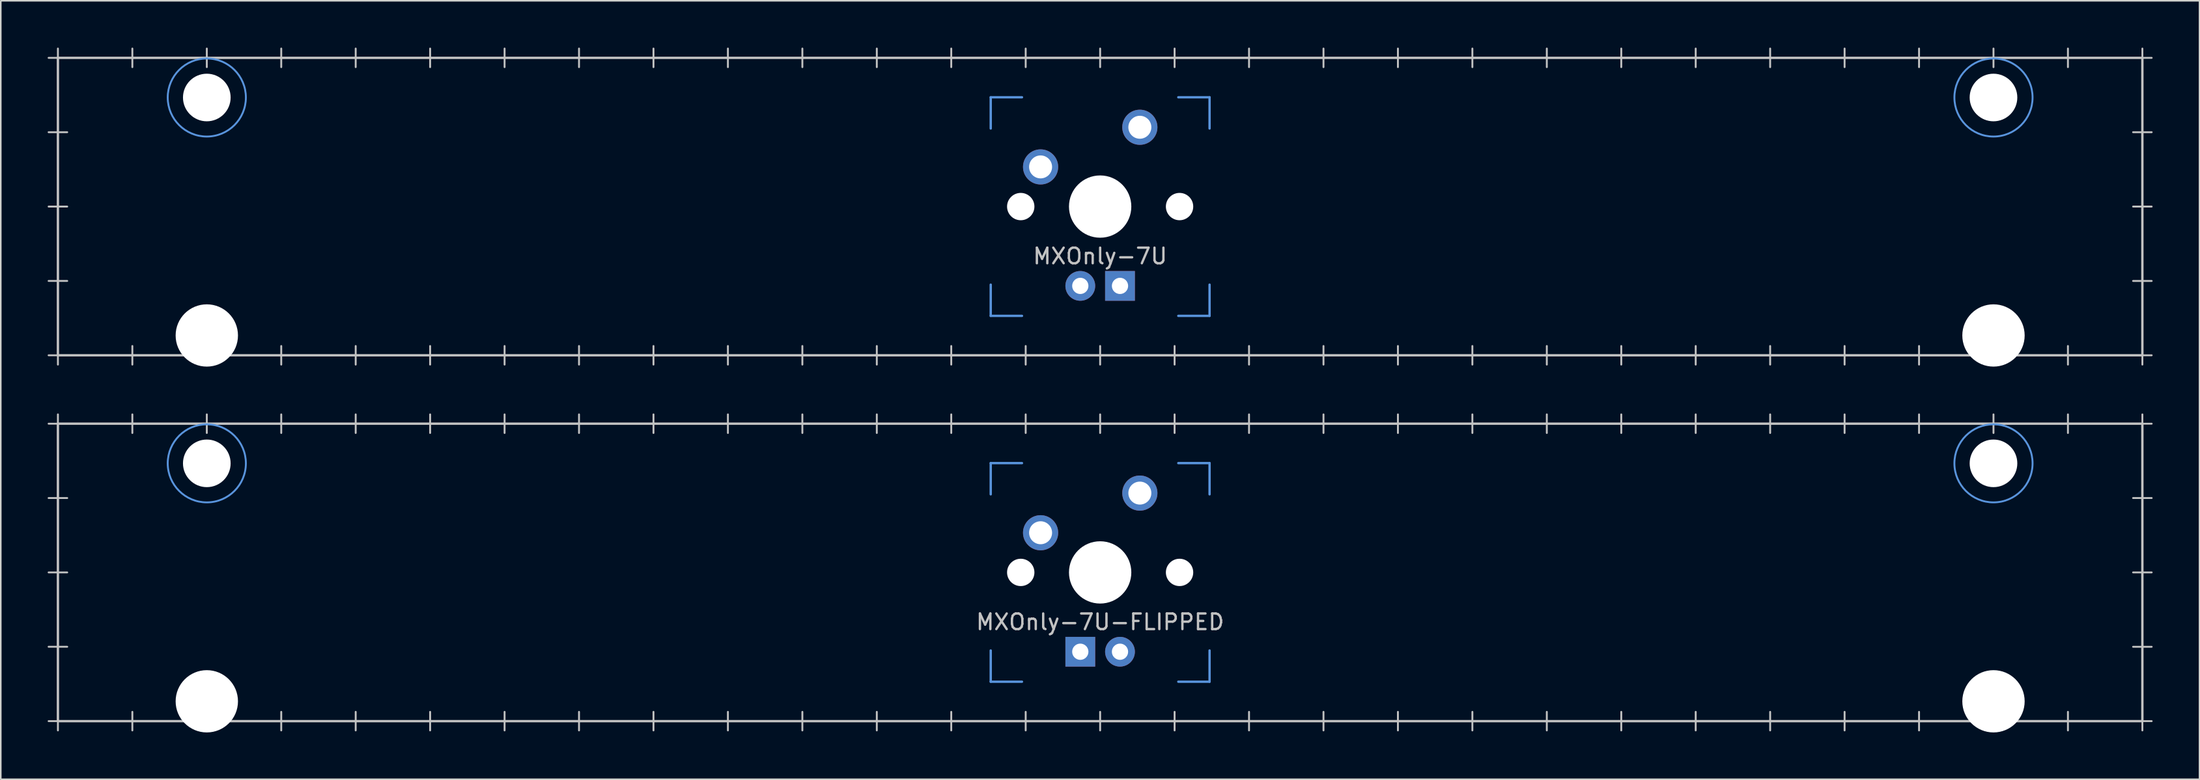
<source format=kicad_pcb>
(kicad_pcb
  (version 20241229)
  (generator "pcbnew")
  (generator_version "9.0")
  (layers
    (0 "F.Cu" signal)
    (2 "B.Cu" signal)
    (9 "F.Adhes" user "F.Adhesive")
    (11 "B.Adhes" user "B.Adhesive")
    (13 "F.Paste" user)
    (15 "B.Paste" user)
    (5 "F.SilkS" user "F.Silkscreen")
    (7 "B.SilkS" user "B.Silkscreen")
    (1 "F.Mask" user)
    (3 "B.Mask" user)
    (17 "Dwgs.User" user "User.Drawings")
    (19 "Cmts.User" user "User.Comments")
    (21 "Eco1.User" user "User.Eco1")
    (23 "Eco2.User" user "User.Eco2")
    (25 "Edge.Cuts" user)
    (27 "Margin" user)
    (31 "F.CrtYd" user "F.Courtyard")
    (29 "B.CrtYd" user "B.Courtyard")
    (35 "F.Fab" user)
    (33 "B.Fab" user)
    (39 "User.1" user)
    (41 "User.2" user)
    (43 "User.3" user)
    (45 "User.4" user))
  (footprint "MXOnly-7U-FLIPPED"
    (layer "F.Cu")
    (at 67.33 33.61)
    (property "Reference" "MXOnly-7U-FLIPPED" (at 0 3.175 0) (layer "Dwgs.User") (effects (font (size 1 1) (thickness 0.15))))
    (attr through_hole)
    (fp_line (start -67.27 -9.525) (end -66.675 -9.525) (stroke (width 0.12) (type solid)) (layer "Dwgs.User"))
    (fp_line (start -67.27 -0.000008) (end -66.08 -0.000008) (stroke (width 0.12) (type solid)) (layer "Dwgs.User"))
    (fp_line (start -67.27 4.762) (end -66.08 4.762) (stroke (width 0.12) (type solid)) (layer "Dwgs.User"))
    (fp_line (start -67.27 9.525) (end -66.675 9.525) (stroke (width 0.12) (type solid)) (layer "Dwgs.User"))
    (fp_line (start -66.675 10.12) (end -66.675 9.525) (stroke (width 0.12) (type solid)) (layer "Dwgs.User"))
    (fp_line (start -66.675 -10.12) (end -66.675 -9.525) (stroke (width 0.12) (type solid)) (layer "Dwgs.User"))
    (fp_line (start -66.675 -9.525) (end 66.675 -9.525) (stroke (width 0.15) (type solid)) (layer "Dwgs.User"))
    (fp_line (start -66.675 9.525) (end -66.675 -9.525) (stroke (width 0.15) (type solid)) (layer "Dwgs.User"))
    (fp_line (start -66.675 9.525) (end 66.675 9.525) (stroke (width 0.15) (type solid)) (layer "Dwgs.User"))
    (fp_line (start -66.08 -4.763) (end -67.27 -4.763) (stroke (width 0.12) (type solid)) (layer "Dwgs.User"))
    (fp_line (start -61.913 8.93) (end -61.913 10.12) (stroke (width 0.12) (type solid)) (layer "Dwgs.User"))
    (fp_line (start -61.913 -10.12) (end -61.913 -8.93) (stroke (width 0.12) (type solid)) (layer "Dwgs.User"))
    (fp_line (start -57.15 8.93) (end -57.15 10.12) (stroke (width 0.12) (type solid)) (layer "Dwgs.User"))
    (fp_line (start -57.15 -10.12) (end -57.15 -8.93) (stroke (width 0.12) (type solid)) (layer "Dwgs.User"))
    (fp_line (start -52.388 10.12) (end -52.388 8.93) (stroke (width 0.12) (type solid)) (layer "Dwgs.User"))
    (fp_line (start -52.388 -8.93) (end -52.388 -10.12) (stroke (width 0.12) (type solid)) (layer "Dwgs.User"))
    (fp_line (start -47.625 8.93) (end -47.625 10.12) (stroke (width 0.12) (type solid)) (layer "Dwgs.User"))
    (fp_line (start -47.625 -10.12) (end -47.625 -8.93) (stroke (width 0.12) (type solid)) (layer "Dwgs.User"))
    (fp_line (start -42.863 10.12) (end -42.863 8.93) (stroke (width 0.12) (type solid)) (layer "Dwgs.User"))
    (fp_line (start -42.863 -8.93) (end -42.863 -10.12) (stroke (width 0.12) (type solid)) (layer "Dwgs.User"))
    (fp_line (start -38.1 8.93) (end -38.1 10.12) (stroke (width 0.12) (type solid)) (layer "Dwgs.User"))
    (fp_line (start -38.1 -10.12) (end -38.1 -8.93) (stroke (width 0.12) (type solid)) (layer "Dwgs.User"))
    (fp_line (start -33.338 10.12) (end -33.338 8.93) (stroke (width 0.12) (type solid)) (layer "Dwgs.User"))
    (fp_line (start -33.338 -8.93) (end -33.338 -10.12) (stroke (width 0.12) (type solid)) (layer "Dwgs.User"))
    (fp_line (start -28.575 8.93) (end -28.575 10.12) (stroke (width 0.12) (type solid)) (layer "Dwgs.User"))
    (fp_line (start -28.575 -10.12) (end -28.575 -8.93) (stroke (width 0.12) (type solid)) (layer "Dwgs.User"))
    (fp_line (start -23.813 10.12) (end -23.813 8.93) (stroke (width 0.12) (type solid)) (layer "Dwgs.User"))
    (fp_line (start -23.813 -8.93) (end -23.813 -10.12) (stroke (width 0.12) (type solid)) (layer "Dwgs.User"))
    (fp_line (start -19.05 8.93) (end -19.05 10.12) (stroke (width 0.12) (type solid)) (layer "Dwgs.User"))
    (fp_line (start -19.05 -10.12) (end -19.05 -8.93) (stroke (width 0.12) (type solid)) (layer "Dwgs.User"))
    (fp_line (start -14.288 10.12) (end -14.288 8.93) (stroke (width 0.12) (type solid)) (layer "Dwgs.User"))
    (fp_line (start -14.288 -8.93) (end -14.288 -10.12) (stroke (width 0.12) (type solid)) (layer "Dwgs.User"))
    (fp_line (start -9.525 -8.93) (end -9.525 -10.12) (stroke (width 0.12) (type solid)) (layer "Dwgs.User"))
    (fp_line (start -9.525 10.12) (end -9.525 8.93) (stroke (width 0.12) (type solid)) (layer "Dwgs.User"))
    (fp_line (start -4.763 -10.12) (end -4.763 -8.93) (stroke (width 0.12) (type solid)) (layer "Dwgs.User"))
    (fp_line (start -4.763 8.93) (end -4.763 10.12) (stroke (width 0.12) (type solid)) (layer "Dwgs.User"))
    (fp_line (start 0 -8.93) (end 0 -10.12) (stroke (width 0.12) (type solid)) (layer "Dwgs.User"))
    (fp_line (start 0 10.12) (end 0 8.93) (stroke (width 0.12) (type solid)) (layer "Dwgs.User"))
    (fp_line (start 4.763 -10.12) (end 4.763 -8.93) (stroke (width 0.12) (type solid)) (layer "Dwgs.User"))
    (fp_line (start 4.763 8.93) (end 4.763 10.12) (stroke (width 0.12) (type solid)) (layer "Dwgs.User"))
    (fp_line (start 9.525 -8.93) (end 9.525 -10.12) (stroke (width 0.12) (type solid)) (layer "Dwgs.User"))
    (fp_line (start 9.525 10.12) (end 9.525 8.93) (stroke (width 0.12) (type solid)) (layer "Dwgs.User"))
    (fp_line (start 14.288 -10.12) (end 14.288 -8.93) (stroke (width 0.12) (type solid)) (layer "Dwgs.User"))
    (fp_line (start 14.288 8.93) (end 14.288 10.12) (stroke (width 0.12) (type solid)) (layer "Dwgs.User"))
    (fp_line (start 19.05 -8.93) (end 19.05 -10.12) (stroke (width 0.12) (type solid)) (layer "Dwgs.User"))
    (fp_line (start 19.05 10.12) (end 19.05 8.93) (stroke (width 0.12) (type solid)) (layer "Dwgs.User"))
    (fp_line (start 23.813 -10.12) (end 23.813 -8.93) (stroke (width 0.12) (type solid)) (layer "Dwgs.User"))
    (fp_line (start 23.813 8.93) (end 23.813 10.12) (stroke (width 0.12) (type solid)) (layer "Dwgs.User"))
    (fp_line (start 28.575 -8.93) (end 28.575 -10.12) (stroke (width 0.12) (type solid)) (layer "Dwgs.User"))
    (fp_line (start 28.575 10.12) (end 28.575 8.93) (stroke (width 0.12) (type solid)) (layer "Dwgs.User"))
    (fp_line (start 33.338 -10.12) (end 33.338 -8.93) (stroke (width 0.12) (type solid)) (layer "Dwgs.User"))
    (fp_line (start 33.338 8.93) (end 33.338 10.12) (stroke (width 0.12) (type solid)) (layer "Dwgs.User"))
    (fp_line (start 38.1 -8.93) (end 38.1 -10.12) (stroke (width 0.12) (type solid)) (layer "Dwgs.User"))
    (fp_line (start 38.1 10.12) (end 38.1 8.93) (stroke (width 0.12) (type solid)) (layer "Dwgs.User"))
    (fp_line (start 42.863 -10.12) (end 42.863 -8.93) (stroke (width 0.12) (type solid)) (layer "Dwgs.User"))
    (fp_line (start 42.863 8.93) (end 42.863 10.12) (stroke (width 0.12) (type solid)) (layer "Dwgs.User"))
    (fp_line (start 47.625 -8.93) (end 47.625 -10.12) (stroke (width 0.12) (type solid)) (layer "Dwgs.User"))
    (fp_line (start 47.625 10.12) (end 47.625 8.93) (stroke (width 0.12) (type solid)) (layer "Dwgs.User"))
    (fp_line (start 52.388 -10.12) (end 52.388 -8.93) (stroke (width 0.12) (type solid)) (layer "Dwgs.User"))
    (fp_line (start 52.388 8.93) (end 52.388 10.12) (stroke (width 0.12) (type solid)) (layer "Dwgs.User"))
    (fp_line (start 57.15 -8.93) (end 57.15 -10.12) (stroke (width 0.12) (type solid)) (layer "Dwgs.User"))
    (fp_line (start 57.15 10.12) (end 57.15 8.93) (stroke (width 0.12) (type solid)) (layer "Dwgs.User"))
    (fp_line (start 61.913 -10.12) (end 61.913 -8.93) (stroke (width 0.12) (type solid)) (layer "Dwgs.User"))
    (fp_line (start 61.913 8.93) (end 61.913 10.12) (stroke (width 0.12) (type solid)) (layer "Dwgs.User"))
    (fp_line (start 66.08 4.763) (end 67.27 4.763) (stroke (width 0.12) (type solid)) (layer "Dwgs.User"))
    (fp_line (start 66.675 -9.525) (end 66.675 9.525) (stroke (width 0.15) (type solid)) (layer "Dwgs.User"))
    (fp_line (start 66.675 10.12) (end 66.675 9.525) (stroke (width 0.12) (type solid)) (layer "Dwgs.User"))
    (fp_line (start 66.675 -10.12) (end 66.675 -9.525) (stroke (width 0.12) (type solid)) (layer "Dwgs.User"))
    (fp_line (start 67.27 -9.525) (end 66.675 -9.525) (stroke (width 0.12) (type solid)) (layer "Dwgs.User"))
    (fp_line (start 67.27 -4.763) (end 66.08 -4.763) (stroke (width 0.12) (type solid)) (layer "Dwgs.User"))
    (fp_line (start 67.27 0) (end 66.08 0) (stroke (width 0.12) (type solid)) (layer "Dwgs.User"))
    (fp_line (start 67.27 9.525) (end 66.675 9.525) (stroke (width 0.12) (type solid)) (layer "Dwgs.User"))
    (fp_line (start -7 -7) (end -7 -5) (stroke (width 0.15) (type solid)) (layer "Cmts.User"))
    (fp_line (start -7 7) (end -7 5) (stroke (width 0.15) (type solid)) (layer "Cmts.User"))
    (fp_line (start -5 -7) (end -7 -7) (stroke (width 0.15) (type solid)) (layer "Cmts.User"))
    (fp_line (start -5 7) (end -7 7) (stroke (width 0.15) (type solid)) (layer "Cmts.User"))
    (fp_line (start 5 -7) (end 7 -7) (stroke (width 0.15) (type solid)) (layer "Cmts.User"))
    (fp_line (start 7 -7) (end 7 -5) (stroke (width 0.15) (type solid)) (layer "Cmts.User"))
    (fp_line (start 7 5) (end 7 7) (stroke (width 0.15) (type solid)) (layer "Cmts.User"))
    (fp_line (start 7 7) (end 5 7) (stroke (width 0.15) (type solid)) (layer "Cmts.User"))
    (fp_circle (center -57.15 -6.985) (end -54.65 -6.985) (stroke (width 0.12) (type solid)) (fill no) (layer "Cmts.User"))
    (fp_circle (center 57.15 -6.985) (end 59.65 -6.985) (stroke (width 0.12) (type solid)) (fill no) (layer "Cmts.User"))
    (pad "" np_thru_hole circle (at -57.15 -6.985) (size 3.048 3.048) (drill 3.048) (layers "*.Cu" "*.Mask"))
    (pad "" np_thru_hole circle (at -57.15 8.255) (size 3.988 3.988) (drill 3.988) (layers "*.Cu" "*.Mask"))
    (pad "" np_thru_hole circle (at -5.08 0 48.1) (size 1.75 1.75) (drill 1.75) (layers "*.Cu" "*.Mask"))
    (pad "" np_thru_hole circle (at 0 0) (size 3.988 3.988) (drill 3.988) (layers "*.Cu" "*.Mask"))
    (pad "" np_thru_hole circle (at 5.08 0 48.1) (size 1.75 1.75) (drill 1.75) (layers "*.Cu" "*.Mask"))
    (pad "" np_thru_hole circle (at 57.15 -6.985) (size 3.048 3.048) (drill 3.048) (layers "*.Cu" "*.Mask"))
    (pad "" np_thru_hole circle (at 57.15 8.255) (size 3.988 3.988) (drill 3.988) (layers "*.Cu" "*.Mask"))
    (pad "1" thru_hole circle (at -3.81 -2.54) (size 2.25 2.25) (drill 1.47) (layers "*.Cu" "B.Mask"))
    (pad "2" thru_hole circle (at 2.54 -5.08) (size 2.25 2.25) (drill 1.47) (layers "*.Cu" "B.Mask"))
    (pad "3" thru_hole circle (at 1.27 5.08) (size 1.905 1.905) (drill 1.04) (layers "*.Cu" "B.Mask"))
    (pad "4" thru_hole rect (at -1.27 5.08) (size 1.905 1.905) (drill 1.04) (layers "*.Cu" "B.Mask")))
  (footprint "MXOnly-7U"
    (layer "F.Cu")
    (at 67.33 10.18)
    (property "Reference" "MXOnly-7U" (at 0 3.175 0) (layer "Dwgs.User") (effects (font (size 1 1) (thickness 0.15))))
    (attr through_hole)
    (fp_line (start -67.27 -9.525) (end -66.675 -9.525) (stroke (width 0.12) (type solid)) (layer "Dwgs.User"))
    (fp_line (start -67.27 -0.000008) (end -66.08 -0.000008) (stroke (width 0.12) (type solid)) (layer "Dwgs.User"))
    (fp_line (start -67.27 4.762) (end -66.08 4.762) (stroke (width 0.12) (type solid)) (layer "Dwgs.User"))
    (fp_line (start -67.27 9.525) (end -66.675 9.525) (stroke (width 0.12) (type solid)) (layer "Dwgs.User"))
    (fp_line (start -66.675 10.12) (end -66.675 9.525) (stroke (width 0.12) (type solid)) (layer "Dwgs.User"))
    (fp_line (start -66.675 -10.12) (end -66.675 -9.525) (stroke (width 0.12) (type solid)) (layer "Dwgs.User"))
    (fp_line (start -66.675 -9.525) (end 66.675 -9.525) (stroke (width 0.15) (type solid)) (layer "Dwgs.User"))
    (fp_line (start -66.675 9.525) (end -66.675 -9.525) (stroke (width 0.15) (type solid)) (layer "Dwgs.User"))
    (fp_line (start -66.675 9.525) (end 66.675 9.525) (stroke (width 0.15) (type solid)) (layer "Dwgs.User"))
    (fp_line (start -66.08 -4.763) (end -67.27 -4.763) (stroke (width 0.12) (type solid)) (layer "Dwgs.User"))
    (fp_line (start -61.913 8.93) (end -61.913 10.12) (stroke (width 0.12) (type solid)) (layer "Dwgs.User"))
    (fp_line (start -61.913 -10.12) (end -61.913 -8.93) (stroke (width 0.12) (type solid)) (layer "Dwgs.User"))
    (fp_line (start -57.15 8.93) (end -57.15 10.12) (stroke (width 0.12) (type solid)) (layer "Dwgs.User"))
    (fp_line (start -57.15 -10.12) (end -57.15 -8.93) (stroke (width 0.12) (type solid)) (layer "Dwgs.User"))
    (fp_line (start -52.388 10.12) (end -52.388 8.93) (stroke (width 0.12) (type solid)) (layer "Dwgs.User"))
    (fp_line (start -52.388 -8.93) (end -52.388 -10.12) (stroke (width 0.12) (type solid)) (layer "Dwgs.User"))
    (fp_line (start -47.625 8.93) (end -47.625 10.12) (stroke (width 0.12) (type solid)) (layer "Dwgs.User"))
    (fp_line (start -47.625 -10.12) (end -47.625 -8.93) (stroke (width 0.12) (type solid)) (layer "Dwgs.User"))
    (fp_line (start -42.863 10.12) (end -42.863 8.93) (stroke (width 0.12) (type solid)) (layer "Dwgs.User"))
    (fp_line (start -42.863 -8.93) (end -42.863 -10.12) (stroke (width 0.12) (type solid)) (layer "Dwgs.User"))
    (fp_line (start -38.1 8.93) (end -38.1 10.12) (stroke (width 0.12) (type solid)) (layer "Dwgs.User"))
    (fp_line (start -38.1 -10.12) (end -38.1 -8.93) (stroke (width 0.12) (type solid)) (layer "Dwgs.User"))
    (fp_line (start -33.338 10.12) (end -33.338 8.93) (stroke (width 0.12) (type solid)) (layer "Dwgs.User"))
    (fp_line (start -33.338 -8.93) (end -33.338 -10.12) (stroke (width 0.12) (type solid)) (layer "Dwgs.User"))
    (fp_line (start -28.575 8.93) (end -28.575 10.12) (stroke (width 0.12) (type solid)) (layer "Dwgs.User"))
    (fp_line (start -28.575 -10.12) (end -28.575 -8.93) (stroke (width 0.12) (type solid)) (layer "Dwgs.User"))
    (fp_line (start -23.813 10.12) (end -23.813 8.93) (stroke (width 0.12) (type solid)) (layer "Dwgs.User"))
    (fp_line (start -23.813 -8.93) (end -23.813 -10.12) (stroke (width 0.12) (type solid)) (layer "Dwgs.User"))
    (fp_line (start -19.05 8.93) (end -19.05 10.12) (stroke (width 0.12) (type solid)) (layer "Dwgs.User"))
    (fp_line (start -19.05 -10.12) (end -19.05 -8.93) (stroke (width 0.12) (type solid)) (layer "Dwgs.User"))
    (fp_line (start -14.288 10.12) (end -14.288 8.93) (stroke (width 0.12) (type solid)) (layer "Dwgs.User"))
    (fp_line (start -14.288 -8.93) (end -14.288 -10.12) (stroke (width 0.12) (type solid)) (layer "Dwgs.User"))
    (fp_line (start -9.525 -8.93) (end -9.525 -10.12) (stroke (width 0.12) (type solid)) (layer "Dwgs.User"))
    (fp_line (start -9.525 10.12) (end -9.525 8.93) (stroke (width 0.12) (type solid)) (layer "Dwgs.User"))
    (fp_line (start -4.763 -10.12) (end -4.763 -8.93) (stroke (width 0.12) (type solid)) (layer "Dwgs.User"))
    (fp_line (start -4.763 8.93) (end -4.763 10.12) (stroke (width 0.12) (type solid)) (layer "Dwgs.User"))
    (fp_line (start 0 -8.93) (end 0 -10.12) (stroke (width 0.12) (type solid)) (layer "Dwgs.User"))
    (fp_line (start 0 10.12) (end 0 8.93) (stroke (width 0.12) (type solid)) (layer "Dwgs.User"))
    (fp_line (start 4.763 -10.12) (end 4.763 -8.93) (stroke (width 0.12) (type solid)) (layer "Dwgs.User"))
    (fp_line (start 4.763 8.93) (end 4.763 10.12) (stroke (width 0.12) (type solid)) (layer "Dwgs.User"))
    (fp_line (start 9.525 -8.93) (end 9.525 -10.12) (stroke (width 0.12) (type solid)) (layer "Dwgs.User"))
    (fp_line (start 9.525 10.12) (end 9.525 8.93) (stroke (width 0.12) (type solid)) (layer "Dwgs.User"))
    (fp_line (start 14.288 -10.12) (end 14.288 -8.93) (stroke (width 0.12) (type solid)) (layer "Dwgs.User"))
    (fp_line (start 14.288 8.93) (end 14.288 10.12) (stroke (width 0.12) (type solid)) (layer "Dwgs.User"))
    (fp_line (start 19.05 -8.93) (end 19.05 -10.12) (stroke (width 0.12) (type solid)) (layer "Dwgs.User"))
    (fp_line (start 19.05 10.12) (end 19.05 8.93) (stroke (width 0.12) (type solid)) (layer "Dwgs.User"))
    (fp_line (start 23.813 -10.12) (end 23.813 -8.93) (stroke (width 0.12) (type solid)) (layer "Dwgs.User"))
    (fp_line (start 23.813 8.93) (end 23.813 10.12) (stroke (width 0.12) (type solid)) (layer "Dwgs.User"))
    (fp_line (start 28.575 -8.93) (end 28.575 -10.12) (stroke (width 0.12) (type solid)) (layer "Dwgs.User"))
    (fp_line (start 28.575 10.12) (end 28.575 8.93) (stroke (width 0.12) (type solid)) (layer "Dwgs.User"))
    (fp_line (start 33.338 -10.12) (end 33.338 -8.93) (stroke (width 0.12) (type solid)) (layer "Dwgs.User"))
    (fp_line (start 33.338 8.93) (end 33.338 10.12) (stroke (width 0.12) (type solid)) (layer "Dwgs.User"))
    (fp_line (start 38.1 -8.93) (end 38.1 -10.12) (stroke (width 0.12) (type solid)) (layer "Dwgs.User"))
    (fp_line (start 38.1 10.12) (end 38.1 8.93) (stroke (width 0.12) (type solid)) (layer "Dwgs.User"))
    (fp_line (start 42.863 -10.12) (end 42.863 -8.93) (stroke (width 0.12) (type solid)) (layer "Dwgs.User"))
    (fp_line (start 42.863 8.93) (end 42.863 10.12) (stroke (width 0.12) (type solid)) (layer "Dwgs.User"))
    (fp_line (start 47.625 -8.93) (end 47.625 -10.12) (stroke (width 0.12) (type solid)) (layer "Dwgs.User"))
    (fp_line (start 47.625 10.12) (end 47.625 8.93) (stroke (width 0.12) (type solid)) (layer "Dwgs.User"))
    (fp_line (start 52.388 -10.12) (end 52.388 -8.93) (stroke (width 0.12) (type solid)) (layer "Dwgs.User"))
    (fp_line (start 52.388 8.93) (end 52.388 10.12) (stroke (width 0.12) (type solid)) (layer "Dwgs.User"))
    (fp_line (start 57.15 -8.93) (end 57.15 -10.12) (stroke (width 0.12) (type solid)) (layer "Dwgs.User"))
    (fp_line (start 57.15 10.12) (end 57.15 8.93) (stroke (width 0.12) (type solid)) (layer "Dwgs.User"))
    (fp_line (start 61.913 -10.12) (end 61.913 -8.93) (stroke (width 0.12) (type solid)) (layer "Dwgs.User"))
    (fp_line (start 61.913 8.93) (end 61.913 10.12) (stroke (width 0.12) (type solid)) (layer "Dwgs.User"))
    (fp_line (start 66.08 4.763) (end 67.27 4.763) (stroke (width 0.12) (type solid)) (layer "Dwgs.User"))
    (fp_line (start 66.675 -9.525) (end 66.675 9.525) (stroke (width 0.15) (type solid)) (layer "Dwgs.User"))
    (fp_line (start 66.675 10.12) (end 66.675 9.525) (stroke (width 0.12) (type solid)) (layer "Dwgs.User"))
    (fp_line (start 66.675 -10.12) (end 66.675 -9.525) (stroke (width 0.12) (type solid)) (layer "Dwgs.User"))
    (fp_line (start 67.27 -9.525) (end 66.675 -9.525) (stroke (width 0.12) (type solid)) (layer "Dwgs.User"))
    (fp_line (start 67.27 -4.763) (end 66.08 -4.763) (stroke (width 0.12) (type solid)) (layer "Dwgs.User"))
    (fp_line (start 67.27 0) (end 66.08 0) (stroke (width 0.12) (type solid)) (layer "Dwgs.User"))
    (fp_line (start 67.27 9.525) (end 66.675 9.525) (stroke (width 0.12) (type solid)) (layer "Dwgs.User"))
    (fp_line (start -7 -7) (end -7 -5) (stroke (width 0.15) (type solid)) (layer "Cmts.User"))
    (fp_line (start -7 7) (end -7 5) (stroke (width 0.15) (type solid)) (layer "Cmts.User"))
    (fp_line (start -5 -7) (end -7 -7) (stroke (width 0.15) (type solid)) (layer "Cmts.User"))
    (fp_line (start -5 7) (end -7 7) (stroke (width 0.15) (type solid)) (layer "Cmts.User"))
    (fp_line (start 5 -7) (end 7 -7) (stroke (width 0.15) (type solid)) (layer "Cmts.User"))
    (fp_line (start 7 -7) (end 7 -5) (stroke (width 0.15) (type solid)) (layer "Cmts.User"))
    (fp_line (start 7 5) (end 7 7) (stroke (width 0.15) (type solid)) (layer "Cmts.User"))
    (fp_line (start 7 7) (end 5 7) (stroke (width 0.15) (type solid)) (layer "Cmts.User"))
    (fp_circle (center -57.15 -6.985) (end -54.65 -6.985) (stroke (width 0.12) (type solid)) (fill no) (layer "Cmts.User"))
    (fp_circle (center 57.15 -6.985) (end 59.65 -6.985) (stroke (width 0.12) (type solid)) (fill no) (layer "Cmts.User"))
    (pad "" np_thru_hole circle (at -57.15 -6.985) (size 3.048 3.048) (drill 3.048) (layers "*.Cu" "*.Mask"))
    (pad "" np_thru_hole circle (at -57.15 8.255) (size 3.988 3.988) (drill 3.988) (layers "*.Cu" "*.Mask"))
    (pad "" np_thru_hole circle (at -5.08 0 48.1) (size 1.75 1.75) (drill 1.75) (layers "*.Cu" "*.Mask"))
    (pad "" np_thru_hole circle (at 0 0) (size 3.988 3.988) (drill 3.988) (layers "*.Cu" "*.Mask"))
    (pad "" np_thru_hole circle (at 5.08 0 48.1) (size 1.75 1.75) (drill 1.75) (layers "*.Cu" "*.Mask"))
    (pad "" np_thru_hole circle (at 57.15 -6.985) (size 3.048 3.048) (drill 3.048) (layers "*.Cu" "*.Mask"))
    (pad "" np_thru_hole circle (at 57.15 8.255) (size 3.988 3.988) (drill 3.988) (layers "*.Cu" "*.Mask"))
    (pad "1" thru_hole circle (at -3.81 -2.54) (size 2.25 2.25) (drill 1.47) (layers "*.Cu" "B.Mask"))
    (pad "2" thru_hole circle (at 2.54 -5.08) (size 2.25 2.25) (drill 1.47) (layers "*.Cu" "B.Mask"))
    (pad "3" thru_hole circle (at -1.27 5.08) (size 1.905 1.905) (drill 1.04) (layers "*.Cu" "B.Mask"))
    (pad "4" thru_hole rect (at 1.27 5.08) (size 1.905 1.905) (drill 1.04) (layers "*.Cu" "B.Mask")))
  (gr_rect
    (start -3 -3)
    (end 137.661 46.858)
    (stroke (width 0.1) (type default))
    (fill no)
    (layer "Edge.Cuts")))
</source>
